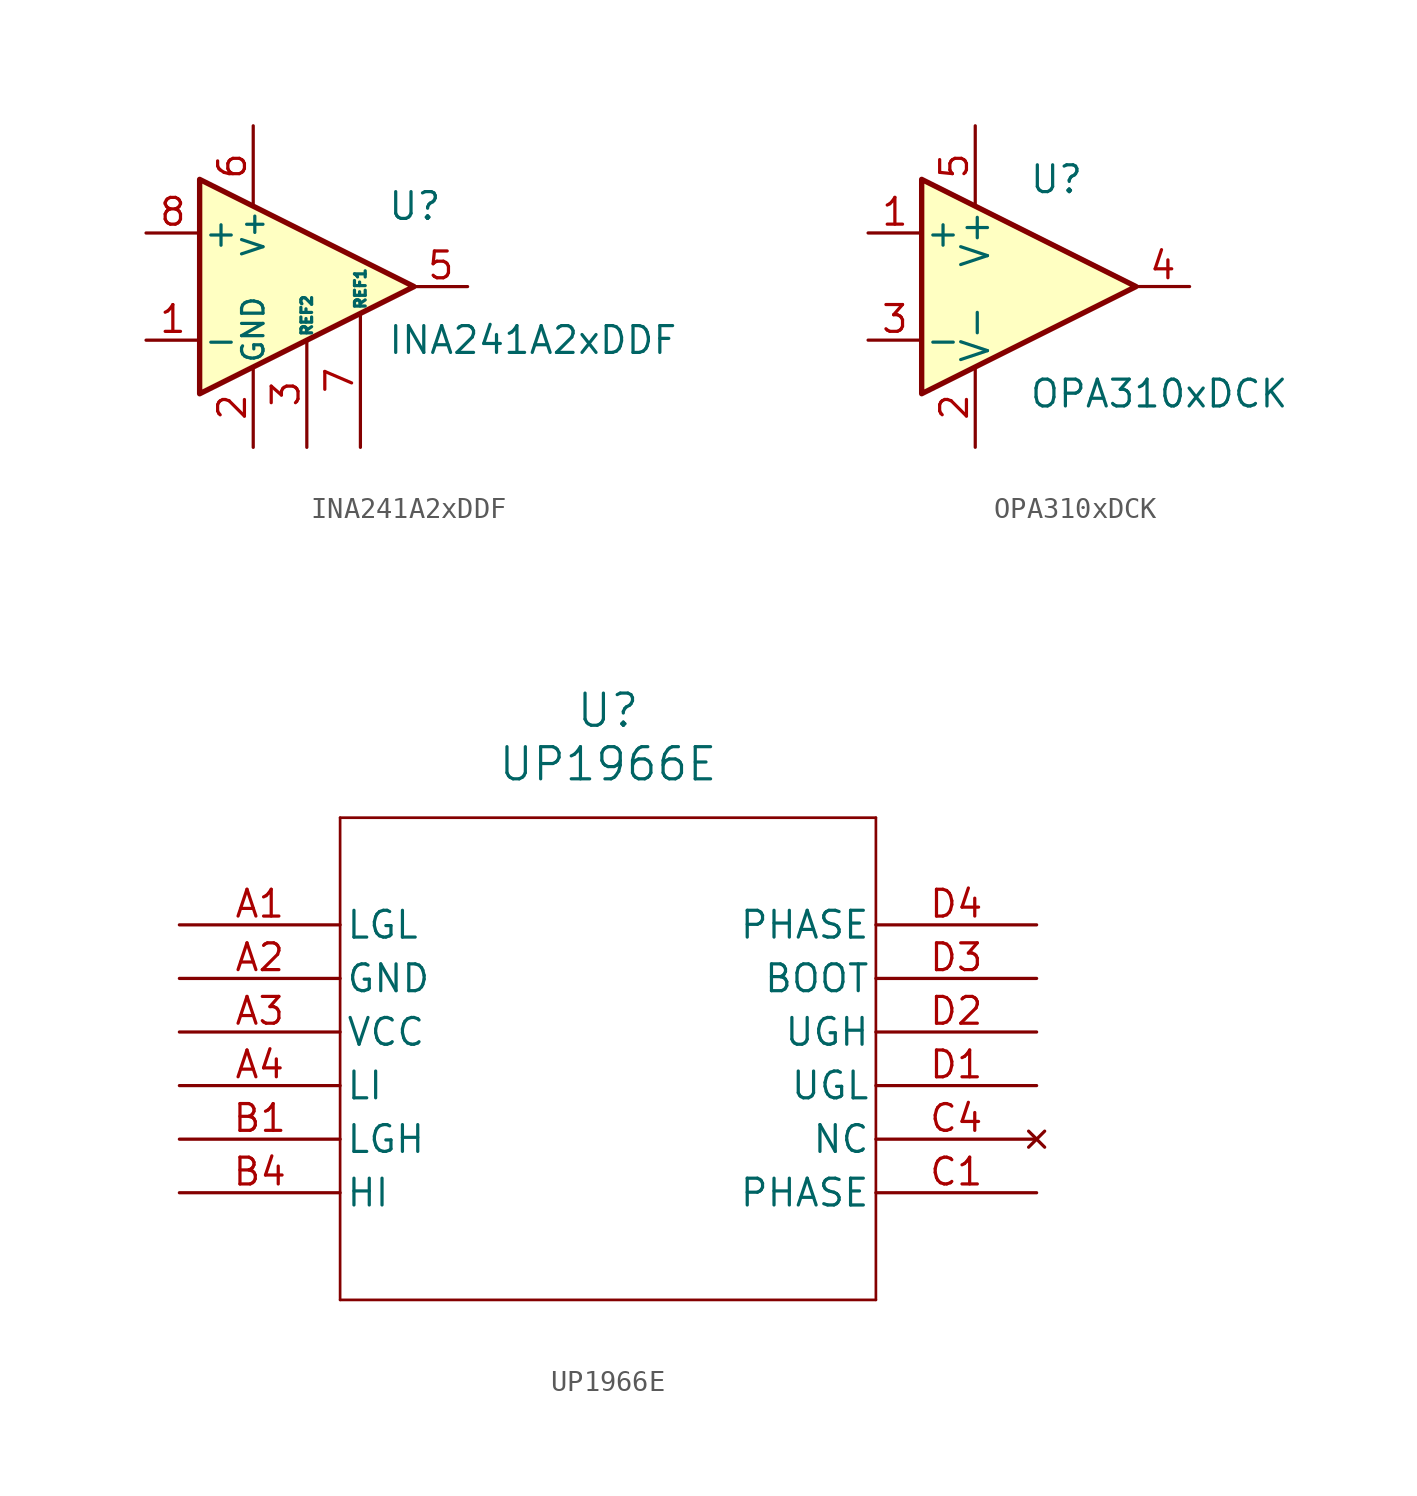
<source format=kicad_sym>
(kicad_symbol_lib
  (version 20231120)
  (generator "kicad_symbol_editor")
  (generator_version "8.0")
  (symbol "INA241A2xDDF"
    (pin_names
      (offset 0.127))
    (property "Reference" "U"
      (at 3.81 3.81 0)
      (effects (font (size 1.27 1.27)) (justify left)))
    (property "Value" "INA241A2xDDF"
      (at 3.81 -2.54 0)
      (effects (font (size 1.27 1.27)) (justify left)))
    (symbol "INA241A2xDDF_0_1"
      (polyline (pts (xy 5.08 0) (xy -5.08 5.08) (xy -5.08 -5.08) (xy 5.08 0)) (stroke (width 0.254) (type default)) (fill (type background))))
    (symbol "INA241A2xDDF_1_1"
      (pin input line (at -7.62 -2.54 0) (length 2.54) (name "-" (effects (font (size 1.27 1.27)))) (number "1" (effects (font (size 1.27 1.27)))))
      (pin power_in line (at -2.54 -7.62 90) (length 3.81) (name "GND" (effects (font (size 1.016 1.016)))) (number "2" (effects (font (size 1.27 1.27)))))
      (pin passive line (at 0 -7.62 90) (length 5.08) (name "REF2" (effects (font (size 0.508 0.508)))) (number "3" (effects (font (size 1.27 1.27)))))
      (pin passive line (at -2.54 -7.62 90) (length 3.81) hide (name "GND" (effects (font (size 1.016 1.016)))) (number "4" (effects (font (size 1.27 1.27)))))
      (pin output line (at 7.62 0 180) (length 2.54) (name "~" (effects (font (size 1.27 1.27)))) (number "5" (effects (font (size 1.27 1.27)))))
      (pin power_in line (at -2.54 7.62 270) (length 3.81) (name "V+" (effects (font (size 1.016 1.016)))) (number "6" (effects (font (size 1.27 1.27)))))
      (pin passive line (at 2.54 -7.62 90) (length 6.35) (name "REF1" (effects (font (size 0.508 0.508)))) (number "7" (effects (font (size 1.27 1.27)))))
      (pin input line (at -7.62 2.54 0) (length 2.54) (name "+" (effects (font (size 1.27 1.27)))) (number "8" (effects (font (size 1.27 1.27)))))))
  (symbol "OPA310xDCK"
    (pin_names
      (offset 0.127))
    (property "Reference" "U"
      (at 0 5.08 0)
      (effects (font (size 1.27 1.27)) (justify left)))
    (property "Value" "OPA310xDCK"
      (at 0 -5.08 0)
      (effects (font (size 1.27 1.27)) (justify left)))
    (symbol "OPA310xDCK_0_1"
      (polyline (pts (xy -5.08 5.08) (xy 5.08 0) (xy -5.08 -5.08) (xy -5.08 5.08)) (stroke (width 0.254) (type default)) (fill (type background)))
      (pin power_in line (at -2.54 -7.62 90) (length 3.81) (name "V-" (effects (font (size 1.27 1.27)))) (number "2" (effects (font (size 1.27 1.27)))))
      (pin power_in line (at -2.54 7.62 270) (length 3.81) (name "V+" (effects (font (size 1.27 1.27)))) (number "5" (effects (font (size 1.27 1.27))))))
    (symbol "OPA310xDCK_1_1"
      (pin input line (at -7.62 2.54 0) (length 2.54) (name "+" (effects (font (size 1.27 1.27)))) (number "1" (effects (font (size 1.27 1.27)))))
      (pin input line (at -7.62 -2.54 0) (length 2.54) (name "-" (effects (font (size 1.27 1.27)))) (number "3" (effects (font (size 1.27 1.27)))))
      (pin output line (at 7.62 0 180) (length 2.54) (name "~" (effects (font (size 1.27 1.27)))) (number "4" (effects (font (size 1.27 1.27)))))))
  (symbol "UP1966E"
    (pin_names
      (offset 0.254))
    (property "Reference" "U"
      (at 20.32 10.16 0)
      (effects (font (size 1.524 1.524))))
    (property "Value" "UP1966E"
      (at 20.32 7.62 0)
      (effects (font (size 1.524 1.524))))
    (property "ki_locked" ""
      (at 0 0 0)
      (effects (font (size 1.27 1.27))))
    (symbol "UP1966E_0_1"
      (polyline (pts (xy 7.62 -17.78) (xy 33.02 -17.78)) (stroke (width 0.127) (type default)) (fill (type none)))
      (polyline (pts (xy 7.62 5.08) (xy 7.62 -17.78)) (stroke (width 0.127) (type default)) (fill (type none)))
      (polyline (pts (xy 33.02 -17.78) (xy 33.02 5.08)) (stroke (width 0.127) (type default)) (fill (type none)))
      (polyline (pts (xy 33.02 5.08) (xy 7.62 5.08)) (stroke (width 0.127) (type default)) (fill (type none)))
      (pin output line (at 0 0 0) (length 7.62) (name "LGL" (effects (font (size 1.27 1.27)))) (number "A1" (effects (font (size 1.27 1.27)))))
      (pin power_out line (at 0 -2.54 0) (length 7.62) (name "GND" (effects (font (size 1.27 1.27)))) (number "A2" (effects (font (size 1.27 1.27)))))
      (pin power_in line (at 0 -5.08 0) (length 7.62) (name "VCC" (effects (font (size 1.27 1.27)))) (number "A3" (effects (font (size 1.27 1.27)))))
      (pin input line (at 0 -7.62 0) (length 7.62) (name "LI" (effects (font (size 1.27 1.27)))) (number "A4" (effects (font (size 1.27 1.27)))))
      (pin output line (at 0 -10.16 0) (length 7.62) (name "LGH" (effects (font (size 1.27 1.27)))) (number "B1" (effects (font (size 1.27 1.27)))))
      (pin input line (at 0 -12.7 0) (length 7.62) (name "HI" (effects (font (size 1.27 1.27)))) (number "B4" (effects (font (size 1.27 1.27)))))
      (pin unspecified line (at 40.64 -12.7 180) (length 7.62) (name "PHASE" (effects (font (size 1.27 1.27)))) (number "C1" (effects (font (size 1.27 1.27)))))
      (pin no_connect line (at 40.64 -10.16 180) (length 7.62) (name "NC" (effects (font (size 1.27 1.27)))) (number "C4" (effects (font (size 1.27 1.27)))))
      (pin output line (at 40.64 -7.62 180) (length 7.62) (name "UGL" (effects (font (size 1.27 1.27)))) (number "D1" (effects (font (size 1.27 1.27)))))
      (pin output line (at 40.64 -5.08 180) (length 7.62) (name "UGH" (effects (font (size 1.27 1.27)))) (number "D2" (effects (font (size 1.27 1.27)))))
      (pin power_in line (at 40.64 -2.54 180) (length 7.62) (name "BOOT" (effects (font (size 1.27 1.27)))) (number "D3" (effects (font (size 1.27 1.27)))))
      (pin unspecified line (at 40.64 0 180) (length 7.62) (name "PHASE" (effects (font (size 1.27 1.27)))) (number "D4" (effects (font (size 1.27 1.27))))))))
</source>
